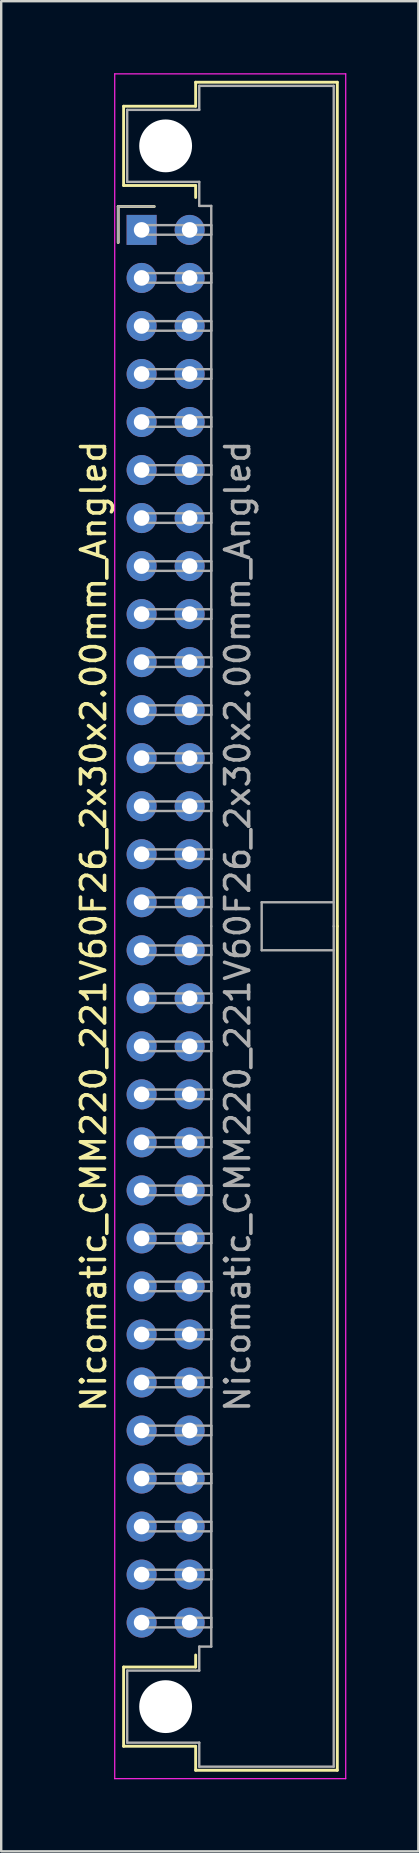
<source format=kicad_pcb>
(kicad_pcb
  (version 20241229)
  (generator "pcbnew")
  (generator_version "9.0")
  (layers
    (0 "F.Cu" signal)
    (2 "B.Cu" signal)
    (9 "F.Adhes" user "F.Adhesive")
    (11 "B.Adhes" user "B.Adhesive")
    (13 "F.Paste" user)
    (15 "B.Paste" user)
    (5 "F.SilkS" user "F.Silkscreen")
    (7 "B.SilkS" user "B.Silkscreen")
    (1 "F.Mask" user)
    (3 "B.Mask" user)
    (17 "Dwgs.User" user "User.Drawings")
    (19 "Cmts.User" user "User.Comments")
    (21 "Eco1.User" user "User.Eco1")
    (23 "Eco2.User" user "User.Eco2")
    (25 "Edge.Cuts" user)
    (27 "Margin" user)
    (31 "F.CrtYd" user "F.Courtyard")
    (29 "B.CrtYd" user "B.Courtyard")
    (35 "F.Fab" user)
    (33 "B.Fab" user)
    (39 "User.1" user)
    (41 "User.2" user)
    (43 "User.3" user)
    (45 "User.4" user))
  (footprint "Nicomatic_CMM220_221V60F26_2x30x2.00mm_Angled"
    (layer "F.Cu")
    (at 2.848 6.525)
    (property "Reference" "Nicomatic_CMM220_221V60F26_2x30x2.00mm_Angled" (at -2 29 90) (layer "F.SilkS") (effects (font (size 1 1) (thickness 0.15))))
    (attr through_hole)
    (fp_line (start -0.975 -0.975) (end -0.975 0.525) (stroke (width 0.12) (type solid)) (layer "F.SilkS"))
    (fp_line (start -0.75 -5.15) (end -0.75 -1.85) (stroke (width 0.12) (type solid)) (layer "F.SilkS"))
    (fp_line (start -0.75 -1.85) (end 2.25 -1.85) (stroke (width 0.12) (type solid)) (layer "F.SilkS"))
    (fp_line (start -0.75 59.85) (end 2.25 59.85) (stroke (width 0.12) (type solid)) (layer "F.SilkS"))
    (fp_line (start -0.75 63.15) (end -0.75 59.85) (stroke (width 0.12) (type solid)) (layer "F.SilkS"))
    (fp_line (start 0.525 -0.975) (end -0.975 -0.975) (stroke (width 0.12) (type solid)) (layer "F.SilkS"))
    (fp_line (start 2.25 -6.15) (end 2.25 -5.15) (stroke (width 0.12) (type solid)) (layer "F.SilkS"))
    (fp_line (start 2.25 -5.15) (end -0.75 -5.15) (stroke (width 0.12) (type solid)) (layer "F.SilkS"))
    (fp_line (start 2.25 -1.85) (end 2.25 -1.35) (stroke (width 0.12) (type solid)) (layer "F.SilkS"))
    (fp_line (start 2.25 59.85) (end 2.25 59.35) (stroke (width 0.12) (type solid)) (layer "F.SilkS"))
    (fp_line (start 2.25 63.15) (end -0.75 63.15) (stroke (width 0.12) (type solid)) (layer "F.SilkS"))
    (fp_line (start 2.25 64.15) (end 2.25 63.15) (stroke (width 0.12) (type solid)) (layer "F.SilkS"))
    (fp_line (start 8.15 -6.15) (end 2.25 -6.15) (stroke (width 0.12) (type solid)) (layer "F.SilkS"))
    (fp_line (start 8.15 29) (end 8.15 -6.15) (stroke (width 0.12) (type solid)) (layer "F.SilkS"))
    (fp_line (start 8.15 29) (end 8.15 64.15) (stroke (width 0.12) (type solid)) (layer "F.SilkS"))
    (fp_line (start 8.15 64.15) (end 2.25 64.15) (stroke (width 0.12) (type solid)) (layer "F.SilkS"))
    (fp_line (start -1.12 -6.5) (end -1.12 64.5) (stroke (width 0.05) (type solid)) (layer "F.CrtYd"))
    (fp_line (start -1.12 64.5) (end 8.5 64.5) (stroke (width 0.05) (type solid)) (layer "F.CrtYd"))
    (fp_line (start 8.5 -6.5) (end -1.12 -6.5) (stroke (width 0.05) (type solid)) (layer "F.CrtYd"))
    (fp_line (start 8.5 64.5) (end 8.5 -6.5) (stroke (width 0.05) (type solid)) (layer "F.CrtYd"))
    (fp_line (start -0.975 -0.975) (end -0.975 0.525) (stroke (width 0.1) (type solid)) (layer "F.Fab"))
    (fp_line (start -0.6 -5) (end -0.6 -2) (stroke (width 0.1) (type solid)) (layer "F.Fab"))
    (fp_line (start -0.6 -2) (end 2.4 -2) (stroke (width 0.1) (type solid)) (layer "F.Fab"))
    (fp_line (start -0.6 60) (end 2.4 60) (stroke (width 0.1) (type solid)) (layer "F.Fab"))
    (fp_line (start -0.6 63) (end -0.6 60) (stroke (width 0.1) (type solid)) (layer "F.Fab"))
    (fp_line (start 0 -0.2) (end 0 0.2) (stroke (width 0.1) (type solid)) (layer "F.Fab"))
    (fp_line (start 0 0.2) (end 2.9 0.2) (stroke (width 0.1) (type solid)) (layer "F.Fab"))
    (fp_line (start 0 1.8) (end 0 2.2) (stroke (width 0.1) (type solid)) (layer "F.Fab"))
    (fp_line (start 0 2.2) (end 2.9 2.2) (stroke (width 0.1) (type solid)) (layer "F.Fab"))
    (fp_line (start 0 3.8) (end 0 4.2) (stroke (width 0.1) (type solid)) (layer "F.Fab"))
    (fp_line (start 0 4.2) (end 2.9 4.2) (stroke (width 0.1) (type solid)) (layer "F.Fab"))
    (fp_line (start 0 5.8) (end 0 6.2) (stroke (width 0.1) (type solid)) (layer "F.Fab"))
    (fp_line (start 0 6.2) (end 2.9 6.2) (stroke (width 0.1) (type solid)) (layer "F.Fab"))
    (fp_line (start 0 7.8) (end 0 8.2) (stroke (width 0.1) (type solid)) (layer "F.Fab"))
    (fp_line (start 0 8.2) (end 2.9 8.2) (stroke (width 0.1) (type solid)) (layer "F.Fab"))
    (fp_line (start 0 9.8) (end 0 10.2) (stroke (width 0.1) (type solid)) (layer "F.Fab"))
    (fp_line (start 0 10.2) (end 2.9 10.2) (stroke (width 0.1) (type solid)) (layer "F.Fab"))
    (fp_line (start 0 11.8) (end 0 12.2) (stroke (width 0.1) (type solid)) (layer "F.Fab"))
    (fp_line (start 0 12.2) (end 2.9 12.2) (stroke (width 0.1) (type solid)) (layer "F.Fab"))
    (fp_line (start 0 13.8) (end 0 14.2) (stroke (width 0.1) (type solid)) (layer "F.Fab"))
    (fp_line (start 0 14.2) (end 2.9 14.2) (stroke (width 0.1) (type solid)) (layer "F.Fab"))
    (fp_line (start 0 15.8) (end 0 16.2) (stroke (width 0.1) (type solid)) (layer "F.Fab"))
    (fp_line (start 0 16.2) (end 2.9 16.2) (stroke (width 0.1) (type solid)) (layer "F.Fab"))
    (fp_line (start 0 17.8) (end 0 18.2) (stroke (width 0.1) (type solid)) (layer "F.Fab"))
    (fp_line (start 0 18.2) (end 2.9 18.2) (stroke (width 0.1) (type solid)) (layer "F.Fab"))
    (fp_line (start 0 19.8) (end 0 20.2) (stroke (width 0.1) (type solid)) (layer "F.Fab"))
    (fp_line (start 0 20.2) (end 2.9 20.2) (stroke (width 0.1) (type solid)) (layer "F.Fab"))
    (fp_line (start 0 21.8) (end 0 22.2) (stroke (width 0.1) (type solid)) (layer "F.Fab"))
    (fp_line (start 0 22.2) (end 2.9 22.2) (stroke (width 0.1) (type solid)) (layer "F.Fab"))
    (fp_line (start 0 23.8) (end 0 24.2) (stroke (width 0.1) (type solid)) (layer "F.Fab"))
    (fp_line (start 0 24.2) (end 2.9 24.2) (stroke (width 0.1) (type solid)) (layer "F.Fab"))
    (fp_line (start 0 25.8) (end 0 26.2) (stroke (width 0.1) (type solid)) (layer "F.Fab"))
    (fp_line (start 0 26.2) (end 2.9 26.2) (stroke (width 0.1) (type solid)) (layer "F.Fab"))
    (fp_line (start 0 27.8) (end 0 28.2) (stroke (width 0.1) (type solid)) (layer "F.Fab"))
    (fp_line (start 0 28.2) (end 2.9 28.2) (stroke (width 0.1) (type solid)) (layer "F.Fab"))
    (fp_line (start 0 29.8) (end 0 30.2) (stroke (width 0.1) (type solid)) (layer "F.Fab"))
    (fp_line (start 0 30.2) (end 2.9 30.2) (stroke (width 0.1) (type solid)) (layer "F.Fab"))
    (fp_line (start 0 31.8) (end 0 32.2) (stroke (width 0.1) (type solid)) (layer "F.Fab"))
    (fp_line (start 0 32.2) (end 2.9 32.2) (stroke (width 0.1) (type solid)) (layer "F.Fab"))
    (fp_line (start 0 33.8) (end 0 34.2) (stroke (width 0.1) (type solid)) (layer "F.Fab"))
    (fp_line (start 0 34.2) (end 2.9 34.2) (stroke (width 0.1) (type solid)) (layer "F.Fab"))
    (fp_line (start 0 35.8) (end 0 36.2) (stroke (width 0.1) (type solid)) (layer "F.Fab"))
    (fp_line (start 0 36.2) (end 2.9 36.2) (stroke (width 0.1) (type solid)) (layer "F.Fab"))
    (fp_line (start 0 37.8) (end 0 38.2) (stroke (width 0.1) (type solid)) (layer "F.Fab"))
    (fp_line (start 0 38.2) (end 2.9 38.2) (stroke (width 0.1) (type solid)) (layer "F.Fab"))
    (fp_line (start 0 39.8) (end 0 40.2) (stroke (width 0.1) (type solid)) (layer "F.Fab"))
    (fp_line (start 0 40.2) (end 2.9 40.2) (stroke (width 0.1) (type solid)) (layer "F.Fab"))
    (fp_line (start 0 41.8) (end 0 42.2) (stroke (width 0.1) (type solid)) (layer "F.Fab"))
    (fp_line (start 0 42.2) (end 2.9 42.2) (stroke (width 0.1) (type solid)) (layer "F.Fab"))
    (fp_line (start 0 43.8) (end 0 44.2) (stroke (width 0.1) (type solid)) (layer "F.Fab"))
    (fp_line (start 0 44.2) (end 2.9 44.2) (stroke (width 0.1) (type solid)) (layer "F.Fab"))
    (fp_line (start 0 45.8) (end 0 46.2) (stroke (width 0.1) (type solid)) (layer "F.Fab"))
    (fp_line (start 0 46.2) (end 2.9 46.2) (stroke (width 0.1) (type solid)) (layer "F.Fab"))
    (fp_line (start 0 47.8) (end 0 48.2) (stroke (width 0.1) (type solid)) (layer "F.Fab"))
    (fp_line (start 0 48.2) (end 2.9 48.2) (stroke (width 0.1) (type solid)) (layer "F.Fab"))
    (fp_line (start 0 49.8) (end 0 50.2) (stroke (width 0.1) (type solid)) (layer "F.Fab"))
    (fp_line (start 0 50.2) (end 2.9 50.2) (stroke (width 0.1) (type solid)) (layer "F.Fab"))
    (fp_line (start 0 51.8) (end 0 52.2) (stroke (width 0.1) (type solid)) (layer "F.Fab"))
    (fp_line (start 0 52.2) (end 2.9 52.2) (stroke (width 0.1) (type solid)) (layer "F.Fab"))
    (fp_line (start 0 53.8) (end 0 54.2) (stroke (width 0.1) (type solid)) (layer "F.Fab"))
    (fp_line (start 0 54.2) (end 2.9 54.2) (stroke (width 0.1) (type solid)) (layer "F.Fab"))
    (fp_line (start 0 55.8) (end 0 56.2) (stroke (width 0.1) (type solid)) (layer "F.Fab"))
    (fp_line (start 0 56.2) (end 2.9 56.2) (stroke (width 0.1) (type solid)) (layer "F.Fab"))
    (fp_line (start 0 57.8) (end 0 58.2) (stroke (width 0.1) (type solid)) (layer "F.Fab"))
    (fp_line (start 0 58.2) (end 2.9 58.2) (stroke (width 0.1) (type solid)) (layer "F.Fab"))
    (fp_line (start 0.525 -0.975) (end -0.975 -0.975) (stroke (width 0.1) (type solid)) (layer "F.Fab"))
    (fp_line (start 2.4 -6) (end 2.4 -5) (stroke (width 0.1) (type solid)) (layer "F.Fab"))
    (fp_line (start 2.4 -5) (end -0.6 -5) (stroke (width 0.1) (type solid)) (layer "F.Fab"))
    (fp_line (start 2.4 -2) (end 2.4 -1) (stroke (width 0.1) (type solid)) (layer "F.Fab"))
    (fp_line (start 2.4 -1) (end 2.9 -1) (stroke (width 0.1) (type solid)) (layer "F.Fab"))
    (fp_line (start 2.4 59) (end 2.9 59) (stroke (width 0.1) (type solid)) (layer "F.Fab"))
    (fp_line (start 2.4 60) (end 2.4 59) (stroke (width 0.1) (type solid)) (layer "F.Fab"))
    (fp_line (start 2.4 63) (end -0.6 63) (stroke (width 0.1) (type solid)) (layer "F.Fab"))
    (fp_line (start 2.4 64) (end 2.4 63) (stroke (width 0.1) (type solid)) (layer "F.Fab"))
    (fp_line (start 2.9 -1) (end 2.9 29) (stroke (width 0.1) (type solid)) (layer "F.Fab"))
    (fp_line (start 2.9 -0.2) (end 0 -0.2) (stroke (width 0.1) (type solid)) (layer "F.Fab"))
    (fp_line (start 2.9 0.2) (end 2.9 -0.2) (stroke (width 0.1) (type solid)) (layer "F.Fab"))
    (fp_line (start 2.9 1.8) (end 0 1.8) (stroke (width 0.1) (type solid)) (layer "F.Fab"))
    (fp_line (start 2.9 2.2) (end 2.9 1.8) (stroke (width 0.1) (type solid)) (layer "F.Fab"))
    (fp_line (start 2.9 3.8) (end 0 3.8) (stroke (width 0.1) (type solid)) (layer "F.Fab"))
    (fp_line (start 2.9 4.2) (end 2.9 3.8) (stroke (width 0.1) (type solid)) (layer "F.Fab"))
    (fp_line (start 2.9 5.8) (end 0 5.8) (stroke (width 0.1) (type solid)) (layer "F.Fab"))
    (fp_line (start 2.9 6.2) (end 2.9 5.8) (stroke (width 0.1) (type solid)) (layer "F.Fab"))
    (fp_line (start 2.9 7.8) (end 0 7.8) (stroke (width 0.1) (type solid)) (layer "F.Fab"))
    (fp_line (start 2.9 8.2) (end 2.9 7.8) (stroke (width 0.1) (type solid)) (layer "F.Fab"))
    (fp_line (start 2.9 9.8) (end 0 9.8) (stroke (width 0.1) (type solid)) (layer "F.Fab"))
    (fp_line (start 2.9 10.2) (end 2.9 9.8) (stroke (width 0.1) (type solid)) (layer "F.Fab"))
    (fp_line (start 2.9 11.8) (end 0 11.8) (stroke (width 0.1) (type solid)) (layer "F.Fab"))
    (fp_line (start 2.9 12.2) (end 2.9 11.8) (stroke (width 0.1) (type solid)) (layer "F.Fab"))
    (fp_line (start 2.9 13.8) (end 0 13.8) (stroke (width 0.1) (type solid)) (layer "F.Fab"))
    (fp_line (start 2.9 14.2) (end 2.9 13.8) (stroke (width 0.1) (type solid)) (layer "F.Fab"))
    (fp_line (start 2.9 15.8) (end 0 15.8) (stroke (width 0.1) (type solid)) (layer "F.Fab"))
    (fp_line (start 2.9 16.2) (end 2.9 15.8) (stroke (width 0.1) (type solid)) (layer "F.Fab"))
    (fp_line (start 2.9 17.8) (end 0 17.8) (stroke (width 0.1) (type solid)) (layer "F.Fab"))
    (fp_line (start 2.9 18.2) (end 2.9 17.8) (stroke (width 0.1) (type solid)) (layer "F.Fab"))
    (fp_line (start 2.9 19.8) (end 0 19.8) (stroke (width 0.1) (type solid)) (layer "F.Fab"))
    (fp_line (start 2.9 20.2) (end 2.9 19.8) (stroke (width 0.1) (type solid)) (layer "F.Fab"))
    (fp_line (start 2.9 21.8) (end 0 21.8) (stroke (width 0.1) (type solid)) (layer "F.Fab"))
    (fp_line (start 2.9 22.2) (end 2.9 21.8) (stroke (width 0.1) (type solid)) (layer "F.Fab"))
    (fp_line (start 2.9 23.8) (end 0 23.8) (stroke (width 0.1) (type solid)) (layer "F.Fab"))
    (fp_line (start 2.9 24.2) (end 2.9 23.8) (stroke (width 0.1) (type solid)) (layer "F.Fab"))
    (fp_line (start 2.9 25.8) (end 0 25.8) (stroke (width 0.1) (type solid)) (layer "F.Fab"))
    (fp_line (start 2.9 26.2) (end 2.9 25.8) (stroke (width 0.1) (type solid)) (layer "F.Fab"))
    (fp_line (start 2.9 27.8) (end 0 27.8) (stroke (width 0.1) (type solid)) (layer "F.Fab"))
    (fp_line (start 2.9 28.2) (end 2.9 27.8) (stroke (width 0.1) (type solid)) (layer "F.Fab"))
    (fp_line (start 2.9 29.8) (end 0 29.8) (stroke (width 0.1) (type solid)) (layer "F.Fab"))
    (fp_line (start 2.9 30.2) (end 2.9 29.8) (stroke (width 0.1) (type solid)) (layer "F.Fab"))
    (fp_line (start 2.9 31.8) (end 0 31.8) (stroke (width 0.1) (type solid)) (layer "F.Fab"))
    (fp_line (start 2.9 32.2) (end 2.9 31.8) (stroke (width 0.1) (type solid)) (layer "F.Fab"))
    (fp_line (start 2.9 33.8) (end 0 33.8) (stroke (width 0.1) (type solid)) (layer "F.Fab"))
    (fp_line (start 2.9 34.2) (end 2.9 33.8) (stroke (width 0.1) (type solid)) (layer "F.Fab"))
    (fp_line (start 2.9 35.8) (end 0 35.8) (stroke (width 0.1) (type solid)) (layer "F.Fab"))
    (fp_line (start 2.9 36.2) (end 2.9 35.8) (stroke (width 0.1) (type solid)) (layer "F.Fab"))
    (fp_line (start 2.9 37.8) (end 0 37.8) (stroke (width 0.1) (type solid)) (layer "F.Fab"))
    (fp_line (start 2.9 38.2) (end 2.9 37.8) (stroke (width 0.1) (type solid)) (layer "F.Fab"))
    (fp_line (start 2.9 39.8) (end 0 39.8) (stroke (width 0.1) (type solid)) (layer "F.Fab"))
    (fp_line (start 2.9 40.2) (end 2.9 39.8) (stroke (width 0.1) (type solid)) (layer "F.Fab"))
    (fp_line (start 2.9 41.8) (end 0 41.8) (stroke (width 0.1) (type solid)) (layer "F.Fab"))
    (fp_line (start 2.9 42.2) (end 2.9 41.8) (stroke (width 0.1) (type solid)) (layer "F.Fab"))
    (fp_line (start 2.9 43.8) (end 0 43.8) (stroke (width 0.1) (type solid)) (layer "F.Fab"))
    (fp_line (start 2.9 44.2) (end 2.9 43.8) (stroke (width 0.1) (type solid)) (layer "F.Fab"))
    (fp_line (start 2.9 45.8) (end 0 45.8) (stroke (width 0.1) (type solid)) (layer "F.Fab"))
    (fp_line (start 2.9 46.2) (end 2.9 45.8) (stroke (width 0.1) (type solid)) (layer "F.Fab"))
    (fp_line (start 2.9 47.8) (end 0 47.8) (stroke (width 0.1) (type solid)) (layer "F.Fab"))
    (fp_line (start 2.9 48.2) (end 2.9 47.8) (stroke (width 0.1) (type solid)) (layer "F.Fab"))
    (fp_line (start 2.9 49.8) (end 0 49.8) (stroke (width 0.1) (type solid)) (layer "F.Fab"))
    (fp_line (start 2.9 50.2) (end 2.9 49.8) (stroke (width 0.1) (type solid)) (layer "F.Fab"))
    (fp_line (start 2.9 51.8) (end 0 51.8) (stroke (width 0.1) (type solid)) (layer "F.Fab"))
    (fp_line (start 2.9 52.2) (end 2.9 51.8) (stroke (width 0.1) (type solid)) (layer "F.Fab"))
    (fp_line (start 2.9 53.8) (end 0 53.8) (stroke (width 0.1) (type solid)) (layer "F.Fab"))
    (fp_line (start 2.9 54.2) (end 2.9 53.8) (stroke (width 0.1) (type solid)) (layer "F.Fab"))
    (fp_line (start 2.9 55.8) (end 0 55.8) (stroke (width 0.1) (type solid)) (layer "F.Fab"))
    (fp_line (start 2.9 56.2) (end 2.9 55.8) (stroke (width 0.1) (type solid)) (layer "F.Fab"))
    (fp_line (start 2.9 57.8) (end 0 57.8) (stroke (width 0.1) (type solid)) (layer "F.Fab"))
    (fp_line (start 2.9 58.2) (end 2.9 57.8) (stroke (width 0.1) (type solid)) (layer "F.Fab"))
    (fp_line (start 2.9 59) (end 2.9 29) (stroke (width 0.1) (type solid)) (layer "F.Fab"))
    (fp_line (start 5 28) (end 5 30) (stroke (width 0.1) (type solid)) (layer "F.Fab"))
    (fp_line (start 5 30) (end 8 30) (stroke (width 0.1) (type solid)) (layer "F.Fab"))
    (fp_line (start 8 -6) (end 2.4 -6) (stroke (width 0.1) (type solid)) (layer "F.Fab"))
    (fp_line (start 8 28) (end 5 28) (stroke (width 0.1) (type solid)) (layer "F.Fab"))
    (fp_line (start 8 29) (end 8 -6) (stroke (width 0.1) (type solid)) (layer "F.Fab"))
    (fp_line (start 8 29) (end 8 64) (stroke (width 0.1) (type solid)) (layer "F.Fab"))
    (fp_line (start 8 64) (end 2.4 64) (stroke (width 0.1) (type solid)) (layer "F.Fab"))
    (fp_text user "${REFERENCE}" (at 4 29 90) (layer "F.Fab") (effects (font (size 1 1) (thickness 0.15))))
    (pad "" np_thru_hole circle (at 1 -3.5) (size 2.2 2.2) (drill 2.2) (layers "*.Cu" "*.Mask"))
    (pad "" np_thru_hole circle (at 1 61.5) (size 2.2 2.2) (drill 2.2) (layers "*.Cu" "*.Mask"))
    (pad "1" thru_hole rect (at 0 0) (size 1.25 1.25) (drill 0.65) (layers "*.Cu" "*.Mask"))
    (pad "2" thru_hole oval (at 0 2) (size 1.25 1.25) (drill 0.65) (layers "*.Cu" "*.Mask"))
    (pad "3" thru_hole oval (at 0 4) (size 1.25 1.25) (drill 0.65) (layers "*.Cu" "*.Mask"))
    (pad "4" thru_hole oval (at 0 6) (size 1.25 1.25) (drill 0.65) (layers "*.Cu" "*.Mask"))
    (pad "5" thru_hole oval (at 0 8) (size 1.25 1.25) (drill 0.65) (layers "*.Cu" "*.Mask"))
    (pad "6" thru_hole oval (at 0 10) (size 1.25 1.25) (drill 0.65) (layers "*.Cu" "*.Mask"))
    (pad "7" thru_hole oval (at 0 12) (size 1.25 1.25) (drill 0.65) (layers "*.Cu" "*.Mask"))
    (pad "8" thru_hole oval (at 0 14) (size 1.25 1.25) (drill 0.65) (layers "*.Cu" "*.Mask"))
    (pad "9" thru_hole oval (at 0 16) (size 1.25 1.25) (drill 0.65) (layers "*.Cu" "*.Mask"))
    (pad "10" thru_hole oval (at 0 18) (size 1.25 1.25) (drill 0.65) (layers "*.Cu" "*.Mask"))
    (pad "11" thru_hole oval (at 0 20) (size 1.25 1.25) (drill 0.65) (layers "*.Cu" "*.Mask"))
    (pad "12" thru_hole oval (at 0 22) (size 1.25 1.25) (drill 0.65) (layers "*.Cu" "*.Mask"))
    (pad "13" thru_hole oval (at 0 24) (size 1.25 1.25) (drill 0.65) (layers "*.Cu" "*.Mask"))
    (pad "14" thru_hole oval (at 0 26) (size 1.25 1.25) (drill 0.65) (layers "*.Cu" "*.Mask"))
    (pad "15" thru_hole oval (at 0 28) (size 1.25 1.25) (drill 0.65) (layers "*.Cu" "*.Mask"))
    (pad "16" thru_hole oval (at 0 30) (size 1.25 1.25) (drill 0.65) (layers "*.Cu" "*.Mask"))
    (pad "17" thru_hole oval (at 0 32) (size 1.25 1.25) (drill 0.65) (layers "*.Cu" "*.Mask"))
    (pad "18" thru_hole oval (at 0 34) (size 1.25 1.25) (drill 0.65) (layers "*.Cu" "*.Mask"))
    (pad "19" thru_hole oval (at 0 36) (size 1.25 1.25) (drill 0.65) (layers "*.Cu" "*.Mask"))
    (pad "20" thru_hole oval (at 0 38) (size 1.25 1.25) (drill 0.65) (layers "*.Cu" "*.Mask"))
    (pad "21" thru_hole oval (at 0 40) (size 1.25 1.25) (drill 0.65) (layers "*.Cu" "*.Mask"))
    (pad "22" thru_hole oval (at 0 42) (size 1.25 1.25) (drill 0.65) (layers "*.Cu" "*.Mask"))
    (pad "23" thru_hole oval (at 0 44) (size 1.25 1.25) (drill 0.65) (layers "*.Cu" "*.Mask"))
    (pad "24" thru_hole oval (at 0 46) (size 1.25 1.25) (drill 0.65) (layers "*.Cu" "*.Mask"))
    (pad "25" thru_hole oval (at 0 48) (size 1.25 1.25) (drill 0.65) (layers "*.Cu" "*.Mask"))
    (pad "26" thru_hole oval (at 0 50) (size 1.25 1.25) (drill 0.65) (layers "*.Cu" "*.Mask"))
    (pad "27" thru_hole oval (at 0 52) (size 1.25 1.25) (drill 0.65) (layers "*.Cu" "*.Mask"))
    (pad "28" thru_hole oval (at 0 54) (size 1.25 1.25) (drill 0.65) (layers "*.Cu" "*.Mask"))
    (pad "29" thru_hole oval (at 0 56) (size 1.25 1.25) (drill 0.65) (layers "*.Cu" "*.Mask"))
    (pad "30" thru_hole oval (at 0 58) (size 1.25 1.25) (drill 0.65) (layers "*.Cu" "*.Mask"))
    (pad "31" thru_hole oval (at 2 0) (size 1.25 1.25) (drill 0.65) (layers "*.Cu" "*.Mask"))
    (pad "32" thru_hole oval (at 2 2) (size 1.25 1.25) (drill 0.65) (layers "*.Cu" "*.Mask"))
    (pad "33" thru_hole oval (at 2 4) (size 1.25 1.25) (drill 0.65) (layers "*.Cu" "*.Mask"))
    (pad "34" thru_hole oval (at 2 6) (size 1.25 1.25) (drill 0.65) (layers "*.Cu" "*.Mask"))
    (pad "35" thru_hole oval (at 2 8) (size 1.25 1.25) (drill 0.65) (layers "*.Cu" "*.Mask"))
    (pad "36" thru_hole oval (at 2 10) (size 1.25 1.25) (drill 0.65) (layers "*.Cu" "*.Mask"))
    (pad "37" thru_hole oval (at 2 12) (size 1.25 1.25) (drill 0.65) (layers "*.Cu" "*.Mask"))
    (pad "38" thru_hole oval (at 2 14) (size 1.25 1.25) (drill 0.65) (layers "*.Cu" "*.Mask"))
    (pad "39" thru_hole oval (at 2 16) (size 1.25 1.25) (drill 0.65) (layers "*.Cu" "*.Mask"))
    (pad "40" thru_hole oval (at 2 18) (size 1.25 1.25) (drill 0.65) (layers "*.Cu" "*.Mask"))
    (pad "41" thru_hole oval (at 2 20) (size 1.25 1.25) (drill 0.65) (layers "*.Cu" "*.Mask"))
    (pad "42" thru_hole oval (at 2 22) (size 1.25 1.25) (drill 0.65) (layers "*.Cu" "*.Mask"))
    (pad "43" thru_hole oval (at 2 24) (size 1.25 1.25) (drill 0.65) (layers "*.Cu" "*.Mask"))
    (pad "44" thru_hole oval (at 2 26) (size 1.25 1.25) (drill 0.65) (layers "*.Cu" "*.Mask"))
    (pad "45" thru_hole oval (at 2 28) (size 1.25 1.25) (drill 0.65) (layers "*.Cu" "*.Mask"))
    (pad "46" thru_hole oval (at 2 30) (size 1.25 1.25) (drill 0.65) (layers "*.Cu" "*.Mask"))
    (pad "47" thru_hole oval (at 2 32) (size 1.25 1.25) (drill 0.65) (layers "*.Cu" "*.Mask"))
    (pad "48" thru_hole oval (at 2 34) (size 1.25 1.25) (drill 0.65) (layers "*.Cu" "*.Mask"))
    (pad "49" thru_hole oval (at 2 36) (size 1.25 1.25) (drill 0.65) (layers "*.Cu" "*.Mask"))
    (pad "50" thru_hole oval (at 2 38) (size 1.25 1.25) (drill 0.65) (layers "*.Cu" "*.Mask"))
    (pad "51" thru_hole oval (at 2 40) (size 1.25 1.25) (drill 0.65) (layers "*.Cu" "*.Mask"))
    (pad "52" thru_hole oval (at 2 42) (size 1.25 1.25) (drill 0.65) (layers "*.Cu" "*.Mask"))
    (pad "53" thru_hole oval (at 2 44) (size 1.25 1.25) (drill 0.65) (layers "*.Cu" "*.Mask"))
    (pad "54" thru_hole oval (at 2 46) (size 1.25 1.25) (drill 0.65) (layers "*.Cu" "*.Mask"))
    (pad "55" thru_hole oval (at 2 48) (size 1.25 1.25) (drill 0.65) (layers "*.Cu" "*.Mask"))
    (pad "56" thru_hole oval (at 2 50) (size 1.25 1.25) (drill 0.65) (layers "*.Cu" "*.Mask"))
    (pad "57" thru_hole oval (at 2 52) (size 1.25 1.25) (drill 0.65) (layers "*.Cu" "*.Mask"))
    (pad "58" thru_hole oval (at 2 54) (size 1.25 1.25) (drill 0.65) (layers "*.Cu" "*.Mask"))
    (pad "59" thru_hole oval (at 2 56) (size 1.25 1.25) (drill 0.65) (layers "*.Cu" "*.Mask"))
    (pad "60" thru_hole oval (at 2 58) (size 1.25 1.25) (drill 0.65) (layers "*.Cu" "*.Mask")))
  (gr_rect
    (start -3 -3)
    (end 14.373 74.05)
    (stroke (width 0.1) (type default))
    (fill no)
    (layer "Edge.Cuts")))
</source>
